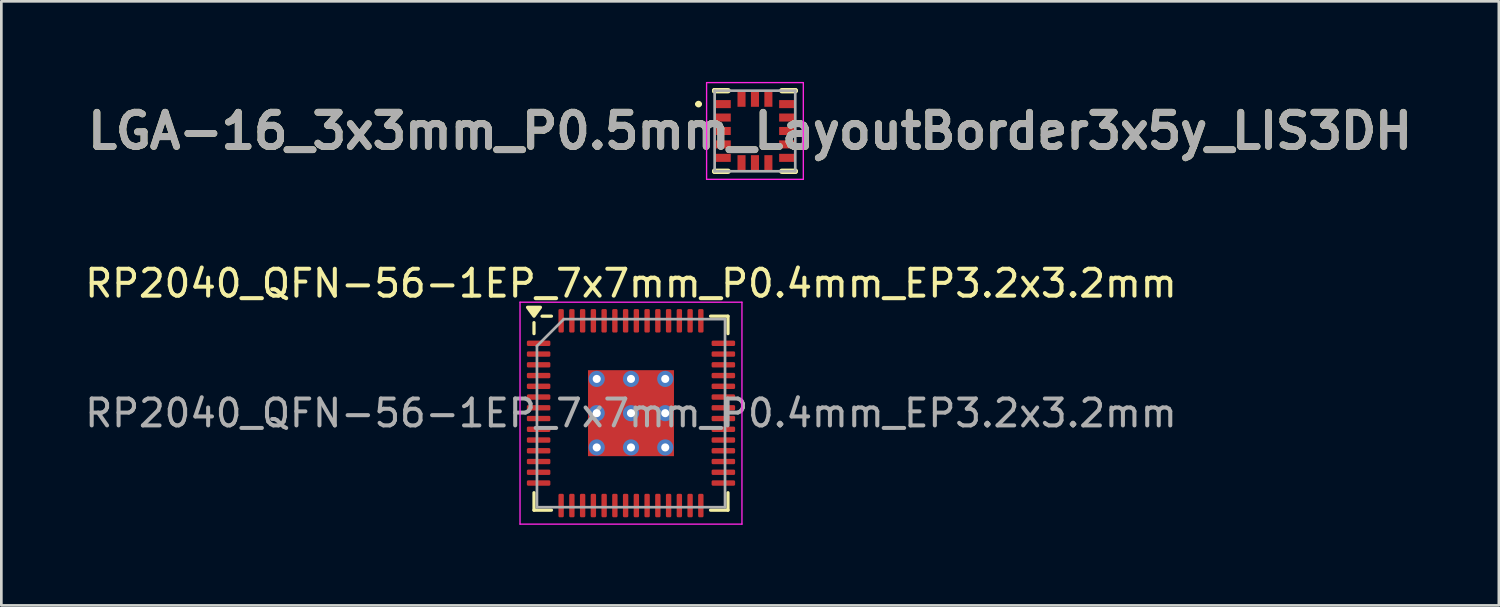
<source format=kicad_pcb>
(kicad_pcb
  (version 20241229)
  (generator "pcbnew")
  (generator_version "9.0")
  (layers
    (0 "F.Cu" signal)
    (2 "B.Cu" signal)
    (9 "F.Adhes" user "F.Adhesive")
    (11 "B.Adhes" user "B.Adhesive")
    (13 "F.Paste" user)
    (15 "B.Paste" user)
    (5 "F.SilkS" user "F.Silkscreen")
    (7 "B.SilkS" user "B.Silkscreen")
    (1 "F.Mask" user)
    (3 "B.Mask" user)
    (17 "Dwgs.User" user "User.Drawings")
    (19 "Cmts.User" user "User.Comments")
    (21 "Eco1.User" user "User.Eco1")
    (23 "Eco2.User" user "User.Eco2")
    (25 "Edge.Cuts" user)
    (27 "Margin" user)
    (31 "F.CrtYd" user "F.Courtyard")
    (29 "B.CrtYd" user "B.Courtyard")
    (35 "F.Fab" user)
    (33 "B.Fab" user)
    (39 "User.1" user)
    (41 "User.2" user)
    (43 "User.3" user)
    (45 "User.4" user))
  (footprint "LGA-16_3x3mm_P0.5mm_LayoutBorder3x5y_LIS3DH"
    (layer "F.Cu")
    (at 25.049 1.825)
    (property "Reference" "LGA-16_3x3mm_P0.5mm_LayoutBorder3x5y_LIS3DH" (at -0.181 0 0) (layer "F.SilkS") (effects (font (size 1.27 1.27) (thickness 0.254))))
    (attr smd)
    (fp_line (start -2.163 -1) (end -2.163 -1) (stroke (width 0.125) (type solid)) (layer "F.SilkS"))
    (fp_line (start -2.038 -1) (end -2.038 -1) (stroke (width 0.125) (type solid)) (layer "F.SilkS"))
    (fp_line (start -1.5 -1.5) (end -1.5 -1.5) (stroke (width 0.2) (type solid)) (layer "F.SilkS"))
    (fp_line (start -1.5 -1.5) (end -1.5 -1.5) (stroke (width 0.2) (type solid)) (layer "F.SilkS"))
    (fp_line (start -1.5 -1.5) (end -1 -1.5) (stroke (width 0.2) (type solid)) (layer "F.SilkS"))
    (fp_line (start -1.5 1.5) (end -1.5 1.5) (stroke (width 0.2) (type solid)) (layer "F.SilkS"))
    (fp_line (start -1.5 1.5) (end -1 1.5) (stroke (width 0.2) (type solid)) (layer "F.SilkS"))
    (fp_line (start 1.5 -1.5) (end 1 -1.5) (stroke (width 0.2) (type solid)) (layer "F.SilkS"))
    (fp_line (start 1.5 -1.5) (end 1.5 -1.5) (stroke (width 0.2) (type solid)) (layer "F.SilkS"))
    (fp_line (start 1.5 1.5) (end 1 1.5) (stroke (width 0.2) (type solid)) (layer "F.SilkS"))
    (fp_line (start 1.5 1.5) (end 1.5 1.5) (stroke (width 0.2) (type solid)) (layer "F.SilkS"))
    (fp_arc (start -2.163 -1.001) (mid -2.1 -1.063) (end -2.038 -1) (stroke (width 0.125) (type solid)) (layer "F.SilkS"))
    (fp_arc (start -2.038 -1.001) (mid -2.1 -0.938) (end -2.163 -1) (stroke (width 0.125) (type solid)) (layer "F.SilkS"))
    (fp_line (start -1.8 -1.8) (end -1.8 1.8) (stroke (width 0.05) (type solid)) (layer "F.CrtYd"))
    (fp_line (start -1.8 1.8) (end 1.8 1.8) (stroke (width 0.05) (type solid)) (layer "F.CrtYd"))
    (fp_line (start -1.55 -1.55) (end -1.55 1.55) (stroke (width 0.001) (type solid)) (layer "F.CrtYd"))
    (fp_line (start -1.55 1.55) (end 1.55 1.55) (stroke (width 0.001) (type solid)) (layer "F.CrtYd"))
    (fp_line (start 1.55 -1.55) (end -1.55 -1.55) (stroke (width 0.001) (type solid)) (layer "F.CrtYd"))
    (fp_line (start 1.55 1.55) (end 1.55 -1.55) (stroke (width 0.001) (type solid)) (layer "F.CrtYd"))
    (fp_line (start 1.8 -1.8) (end -1.8 -1.8) (stroke (width 0.05) (type solid)) (layer "F.CrtYd"))
    (fp_line (start 1.8 1.8) (end 1.8 -1.8) (stroke (width 0.05) (type solid)) (layer "F.CrtYd"))
    (fp_line (start -1.5 -1.5) (end -1.5 1.5) (stroke (width 0.1) (type solid)) (layer "F.Fab"))
    (fp_line (start -1.5 1.5) (end 1.5 1.5) (stroke (width 0.1) (type solid)) (layer "F.Fab"))
    (fp_line (start 1.5 -1.5) (end -1.5 -1.5) (stroke (width 0.1) (type solid)) (layer "F.Fab"))
    (fp_line (start 1.5 1.5) (end 1.5 -1.5) (stroke (width 0.1) (type solid)) (layer "F.Fab"))
    (fp_text user "${REFERENCE}" (at -0.181 0 0) (layer "F.Fab") (effects (font (size 1.27 1.27) (thickness 0.254))))
    (pad "1" smd rect (at -1.2 -1 90) (size 0.3 0.6) (layers "F.Cu" "F.Mask" "F.Paste"))
    (pad "2" smd rect (at -1.2 -0.5 90) (size 0.3 0.6) (layers "F.Cu" "F.Mask" "F.Paste"))
    (pad "3" smd rect (at -1.2 0 90) (size 0.3 0.6) (layers "F.Cu" "F.Mask" "F.Paste"))
    (pad "4" smd rect (at -1.2 0.5 90) (size 0.3 0.6) (layers "F.Cu" "F.Mask" "F.Paste"))
    (pad "5" smd rect (at -1.2 1 90) (size 0.3 0.6) (layers "F.Cu" "F.Mask" "F.Paste"))
    (pad "6" smd rect (at -0.5 1.2) (size 0.3 0.6) (layers "F.Cu" "F.Mask" "F.Paste"))
    (pad "7" smd rect (at 0 1.2) (size 0.3 0.6) (layers "F.Cu" "F.Mask" "F.Paste"))
    (pad "8" smd rect (at 0.5 1.2) (size 0.3 0.6) (layers "F.Cu" "F.Mask" "F.Paste"))
    (pad "9" smd rect (at 1.2 1 90) (size 0.3 0.6) (layers "F.Cu" "F.Mask" "F.Paste"))
    (pad "10" smd rect (at 1.2 0.5 90) (size 0.3 0.6) (layers "F.Cu" "F.Mask" "F.Paste"))
    (pad "11" smd rect (at 1.2 0 90) (size 0.3 0.6) (layers "F.Cu" "F.Mask" "F.Paste"))
    (pad "12" smd rect (at 1.2 -0.5 90) (size 0.3 0.6) (layers "F.Cu" "F.Mask" "F.Paste"))
    (pad "13" smd rect (at 1.2 -1 90) (size 0.3 0.6) (layers "F.Cu" "F.Mask" "F.Paste"))
    (pad "14" smd rect (at 0.5 -1.2) (size 0.3 0.6) (layers "F.Cu" "F.Mask" "F.Paste"))
    (pad "15" smd rect (at 0 -1.2) (size 0.3 0.6) (layers "F.Cu" "F.Mask" "F.Paste"))
    (pad "16" smd rect (at -0.5 -1.2) (size 0.3 0.6) (layers "F.Cu" "F.Mask" "F.Paste")))
  (footprint "RP2040_QFN-56-1EP_7x7mm_P0.4mm_EP3.2x3.2mm"
    (layer "F.Cu")
    (at 20.435 12.328)
    (property "Reference" "RP2040_QFN-56-1EP_7x7mm_P0.4mm_EP3.2x3.2mm" (at 0 -4.83 0) (layer "F.SilkS") (effects (font (size 1 1) (thickness 0.15))))
    (attr smd)
    (fp_line (start -3.61 -2.96) (end -3.61 -3.37) (stroke (width 0.12) (type solid)) (layer "F.SilkS"))
    (fp_line (start -3.61 3.61) (end -3.61 2.96) (stroke (width 0.12) (type solid)) (layer "F.SilkS"))
    (fp_line (start -2.96 -3.61) (end -3.31 -3.61) (stroke (width 0.12) (type solid)) (layer "F.SilkS"))
    (fp_line (start -2.96 3.61) (end -3.61 3.61) (stroke (width 0.12) (type solid)) (layer "F.SilkS"))
    (fp_line (start 2.96 -3.61) (end 3.61 -3.61) (stroke (width 0.12) (type solid)) (layer "F.SilkS"))
    (fp_line (start 2.96 3.61) (end 3.61 3.61) (stroke (width 0.12) (type solid)) (layer "F.SilkS"))
    (fp_line (start 3.61 -3.61) (end 3.61 -2.96) (stroke (width 0.12) (type solid)) (layer "F.SilkS"))
    (fp_line (start 3.61 3.61) (end 3.61 2.96) (stroke (width 0.12) (type solid)) (layer "F.SilkS"))
    (fp_poly (pts (xy -3.61 -3.61) (xy -3.85 -3.94) (xy -3.37 -3.94) (xy -3.61 -3.61)) (stroke (width 0.12) (type solid)) (fill yes) (layer "F.SilkS"))
    (fp_line (start -4.13 -4.13) (end -4.13 4.13) (stroke (width 0.05) (type solid)) (layer "F.CrtYd"))
    (fp_line (start -4.13 4.13) (end 4.13 4.13) (stroke (width 0.05) (type solid)) (layer "F.CrtYd"))
    (fp_line (start 4.13 -4.13) (end -4.13 -4.13) (stroke (width 0.05) (type solid)) (layer "F.CrtYd"))
    (fp_line (start 4.13 4.13) (end 4.13 -4.13) (stroke (width 0.05) (type solid)) (layer "F.CrtYd"))
    (fp_line (start -3.5 -2.5) (end -2.5 -3.5) (stroke (width 0.1) (type solid)) (layer "F.Fab"))
    (fp_line (start -3.5 3.5) (end -3.5 -2.5) (stroke (width 0.1) (type solid)) (layer "F.Fab"))
    (fp_line (start -2.5 -3.5) (end 3.5 -3.5) (stroke (width 0.1) (type solid)) (layer "F.Fab"))
    (fp_line (start 3.5 -3.5) (end 3.5 3.5) (stroke (width 0.1) (type solid)) (layer "F.Fab"))
    (fp_line (start 3.5 3.5) (end -3.5 3.5) (stroke (width 0.1) (type solid)) (layer "F.Fab"))
    (fp_text user "${REFERENCE}" (at 0 0 0) (layer "F.Fab") (effects (font (size 1 1) (thickness 0.15))))
    (pad "" smd roundrect (at -0.8 -0.8) (size 1.29 1.29) (layers "F.Paste") (roundrect_rratio 0.194))
    (pad "" smd roundrect (at -0.8 0.8) (size 1.29 1.29) (layers "F.Paste") (roundrect_rratio 0.194))
    (pad "" smd roundrect (at 0.8 -0.8) (size 1.29 1.29) (layers "F.Paste") (roundrect_rratio 0.194))
    (pad "" smd roundrect (at 0.8 0.8) (size 1.29 1.29) (layers "F.Paste") (roundrect_rratio 0.194))
    (pad "1" smd roundrect (at -3.438 -2.6) (size 0.875 0.2) (layers "F.Cu" "F.Mask" "F.Paste") (roundrect_rratio 0.25))
    (pad "2" smd roundrect (at -3.438 -2.2) (size 0.875 0.2) (layers "F.Cu" "F.Mask" "F.Paste") (roundrect_rratio 0.25))
    (pad "3" smd roundrect (at -3.438 -1.8) (size 0.875 0.2) (layers "F.Cu" "F.Mask" "F.Paste") (roundrect_rratio 0.25))
    (pad "4" smd roundrect (at -3.438 -1.4) (size 0.875 0.2) (layers "F.Cu" "F.Mask" "F.Paste") (roundrect_rratio 0.25))
    (pad "5" smd roundrect (at -3.438 -1) (size 0.875 0.2) (layers "F.Cu" "F.Mask" "F.Paste") (roundrect_rratio 0.25))
    (pad "6" smd roundrect (at -3.438 -0.6) (size 0.875 0.2) (layers "F.Cu" "F.Mask" "F.Paste") (roundrect_rratio 0.25))
    (pad "7" smd roundrect (at -3.438 -0.2) (size 0.875 0.2) (layers "F.Cu" "F.Mask" "F.Paste") (roundrect_rratio 0.25))
    (pad "8" smd roundrect (at -3.438 0.2) (size 0.875 0.2) (layers "F.Cu" "F.Mask" "F.Paste") (roundrect_rratio 0.25))
    (pad "9" smd roundrect (at -3.438 0.6) (size 0.875 0.2) (layers "F.Cu" "F.Mask" "F.Paste") (roundrect_rratio 0.25))
    (pad "10" smd roundrect (at -3.438 1) (size 0.875 0.2) (layers "F.Cu" "F.Mask" "F.Paste") (roundrect_rratio 0.25))
    (pad "11" smd roundrect (at -3.438 1.4) (size 0.875 0.2) (layers "F.Cu" "F.Mask" "F.Paste") (roundrect_rratio 0.25))
    (pad "12" smd roundrect (at -3.438 1.8) (size 0.875 0.2) (layers "F.Cu" "F.Mask" "F.Paste") (roundrect_rratio 0.25))
    (pad "13" smd roundrect (at -3.438 2.2) (size 0.875 0.2) (layers "F.Cu" "F.Mask" "F.Paste") (roundrect_rratio 0.25))
    (pad "14" smd roundrect (at -3.438 2.6) (size 0.875 0.2) (layers "F.Cu" "F.Mask" "F.Paste") (roundrect_rratio 0.25))
    (pad "15" smd roundrect (at -2.6 3.438) (size 0.2 0.875) (layers "F.Cu" "F.Mask" "F.Paste") (roundrect_rratio 0.25))
    (pad "16" smd roundrect (at -2.2 3.438) (size 0.2 0.875) (layers "F.Cu" "F.Mask" "F.Paste") (roundrect_rratio 0.25))
    (pad "17" smd roundrect (at -1.8 3.438) (size 0.2 0.875) (layers "F.Cu" "F.Mask" "F.Paste") (roundrect_rratio 0.25))
    (pad "18" smd roundrect (at -1.4 3.438) (size 0.2 0.875) (layers "F.Cu" "F.Mask" "F.Paste") (roundrect_rratio 0.25))
    (pad "19" smd roundrect (at -1 3.438) (size 0.2 0.875) (layers "F.Cu" "F.Mask" "F.Paste") (roundrect_rratio 0.25))
    (pad "20" smd roundrect (at -0.6 3.438) (size 0.2 0.875) (layers "F.Cu" "F.Mask" "F.Paste") (roundrect_rratio 0.25))
    (pad "21" smd roundrect (at -0.2 3.438) (size 0.2 0.875) (layers "F.Cu" "F.Mask" "F.Paste") (roundrect_rratio 0.25))
    (pad "22" smd roundrect (at 0.2 3.438) (size 0.2 0.875) (layers "F.Cu" "F.Mask" "F.Paste") (roundrect_rratio 0.25))
    (pad "23" smd roundrect (at 0.6 3.438) (size 0.2 0.875) (layers "F.Cu" "F.Mask" "F.Paste") (roundrect_rratio 0.25))
    (pad "24" smd roundrect (at 1 3.438) (size 0.2 0.875) (layers "F.Cu" "F.Mask" "F.Paste") (roundrect_rratio 0.25))
    (pad "25" smd roundrect (at 1.4 3.438) (size 0.2 0.875) (layers "F.Cu" "F.Mask" "F.Paste") (roundrect_rratio 0.25))
    (pad "26" smd roundrect (at 1.8 3.438) (size 0.2 0.875) (layers "F.Cu" "F.Mask" "F.Paste") (roundrect_rratio 0.25))
    (pad "27" smd roundrect (at 2.2 3.438) (size 0.2 0.875) (layers "F.Cu" "F.Mask" "F.Paste") (roundrect_rratio 0.25))
    (pad "28" smd roundrect (at 2.6 3.438) (size 0.2 0.875) (layers "F.Cu" "F.Mask" "F.Paste") (roundrect_rratio 0.25))
    (pad "29" smd roundrect (at 3.438 2.6) (size 0.875 0.2) (layers "F.Cu" "F.Mask" "F.Paste") (roundrect_rratio 0.25))
    (pad "30" smd roundrect (at 3.438 2.2) (size 0.875 0.2) (layers "F.Cu" "F.Mask" "F.Paste") (roundrect_rratio 0.25))
    (pad "31" smd roundrect (at 3.438 1.8) (size 0.875 0.2) (layers "F.Cu" "F.Mask" "F.Paste") (roundrect_rratio 0.25))
    (pad "32" smd roundrect (at 3.438 1.4) (size 0.875 0.2) (layers "F.Cu" "F.Mask" "F.Paste") (roundrect_rratio 0.25))
    (pad "33" smd roundrect (at 3.438 1) (size 0.875 0.2) (layers "F.Cu" "F.Mask" "F.Paste") (roundrect_rratio 0.25))
    (pad "34" smd roundrect (at 3.438 0.6) (size 0.875 0.2) (layers "F.Cu" "F.Mask" "F.Paste") (roundrect_rratio 0.25))
    (pad "35" smd roundrect (at 3.438 0.2) (size 0.875 0.2) (layers "F.Cu" "F.Mask" "F.Paste") (roundrect_rratio 0.25))
    (pad "36" smd roundrect (at 3.438 -0.2) (size 0.875 0.2) (layers "F.Cu" "F.Mask" "F.Paste") (roundrect_rratio 0.25))
    (pad "37" smd roundrect (at 3.438 -0.6) (size 0.875 0.2) (layers "F.Cu" "F.Mask" "F.Paste") (roundrect_rratio 0.25))
    (pad "38" smd roundrect (at 3.438 -1) (size 0.875 0.2) (layers "F.Cu" "F.Mask" "F.Paste") (roundrect_rratio 0.25))
    (pad "39" smd roundrect (at 3.438 -1.4) (size 0.875 0.2) (layers "F.Cu" "F.Mask" "F.Paste") (roundrect_rratio 0.25))
    (pad "40" smd roundrect (at 3.438 -1.8) (size 0.875 0.2) (layers "F.Cu" "F.Mask" "F.Paste") (roundrect_rratio 0.25))
    (pad "41" smd roundrect (at 3.438 -2.2) (size 0.875 0.2) (layers "F.Cu" "F.Mask" "F.Paste") (roundrect_rratio 0.25))
    (pad "42" smd roundrect (at 3.438 -2.6) (size 0.875 0.2) (layers "F.Cu" "F.Mask" "F.Paste") (roundrect_rratio 0.25))
    (pad "43" smd roundrect (at 2.6 -3.438) (size 0.2 0.875) (layers "F.Cu" "F.Mask" "F.Paste") (roundrect_rratio 0.25))
    (pad "44" smd roundrect (at 2.2 -3.438) (size 0.2 0.875) (layers "F.Cu" "F.Mask" "F.Paste") (roundrect_rratio 0.25))
    (pad "45" smd roundrect (at 1.8 -3.438) (size 0.2 0.875) (layers "F.Cu" "F.Mask" "F.Paste") (roundrect_rratio 0.25))
    (pad "46" smd roundrect (at 1.4 -3.438) (size 0.2 0.875) (layers "F.Cu" "F.Mask" "F.Paste") (roundrect_rratio 0.25))
    (pad "47" smd roundrect (at 1 -3.438) (size 0.2 0.875) (layers "F.Cu" "F.Mask" "F.Paste") (roundrect_rratio 0.25))
    (pad "48" smd roundrect (at 0.6 -3.438) (size 0.2 0.875) (layers "F.Cu" "F.Mask" "F.Paste") (roundrect_rratio 0.25))
    (pad "49" smd roundrect (at 0.2 -3.438) (size 0.2 0.875) (layers "F.Cu" "F.Mask" "F.Paste") (roundrect_rratio 0.25))
    (pad "50" smd roundrect (at -0.2 -3.438) (size 0.2 0.875) (layers "F.Cu" "F.Mask" "F.Paste") (roundrect_rratio 0.25))
    (pad "51" smd roundrect (at -0.6 -3.438) (size 0.2 0.875) (layers "F.Cu" "F.Mask" "F.Paste") (roundrect_rratio 0.25))
    (pad "52" smd roundrect (at -1 -3.438) (size 0.2 0.875) (layers "F.Cu" "F.Mask" "F.Paste") (roundrect_rratio 0.25))
    (pad "53" smd roundrect (at -1.4 -3.438) (size 0.2 0.875) (layers "F.Cu" "F.Mask" "F.Paste") (roundrect_rratio 0.25))
    (pad "54" smd roundrect (at -1.8 -3.438) (size 0.2 0.875) (layers "F.Cu" "F.Mask" "F.Paste") (roundrect_rratio 0.25))
    (pad "55" smd roundrect (at -2.2 -3.438) (size 0.2 0.875) (layers "F.Cu" "F.Mask" "F.Paste") (roundrect_rratio 0.25))
    (pad "56" smd roundrect (at -2.6 -3.438) (size 0.2 0.875) (layers "F.Cu" "F.Mask" "F.Paste") (roundrect_rratio 0.25))
    (pad "57" thru_hole circle (at -1.275 -1.275) (size 0.6 0.6) (drill 0.3) (layers "*.Cu"))
    (pad "57" thru_hole circle (at -1.275 0) (size 0.6 0.6) (drill 0.3) (layers "*.Cu"))
    (pad "57" thru_hole circle (at -1.275 1.275) (size 0.6 0.6) (drill 0.3) (layers "*.Cu"))
    (pad "57" thru_hole circle (at 0 -1.275) (size 0.6 0.6) (drill 0.3) (layers "*.Cu"))
    (pad "57" thru_hole circle (at 0 0) (size 0.6 0.6) (drill 0.3) (layers "*.Cu"))
    (pad "57" smd rect (at 0 0) (size 3.2 3.2) (property pad_prop_heatsink) (layers "F.Cu" "F.Mask"))
    (pad "57" thru_hole circle (at 0 1.275) (size 0.6 0.6) (drill 0.3) (layers "*.Cu"))
    (pad "57" thru_hole circle (at 1.275 -1.275) (size 0.6 0.6) (drill 0.3) (layers "*.Cu"))
    (pad "57" thru_hole circle (at 1.275 0) (size 0.6 0.6) (drill 0.3) (layers "*.Cu"))
    (pad "57" thru_hole circle (at 1.275 1.275) (size 0.6 0.6) (drill 0.3) (layers "*.Cu")))
  (gr_rect
    (start -3 -3)
    (end 52.736 19.483)
    (stroke (width 0.1) (type default))
    (fill no)
    (layer "Edge.Cuts")))
</source>
